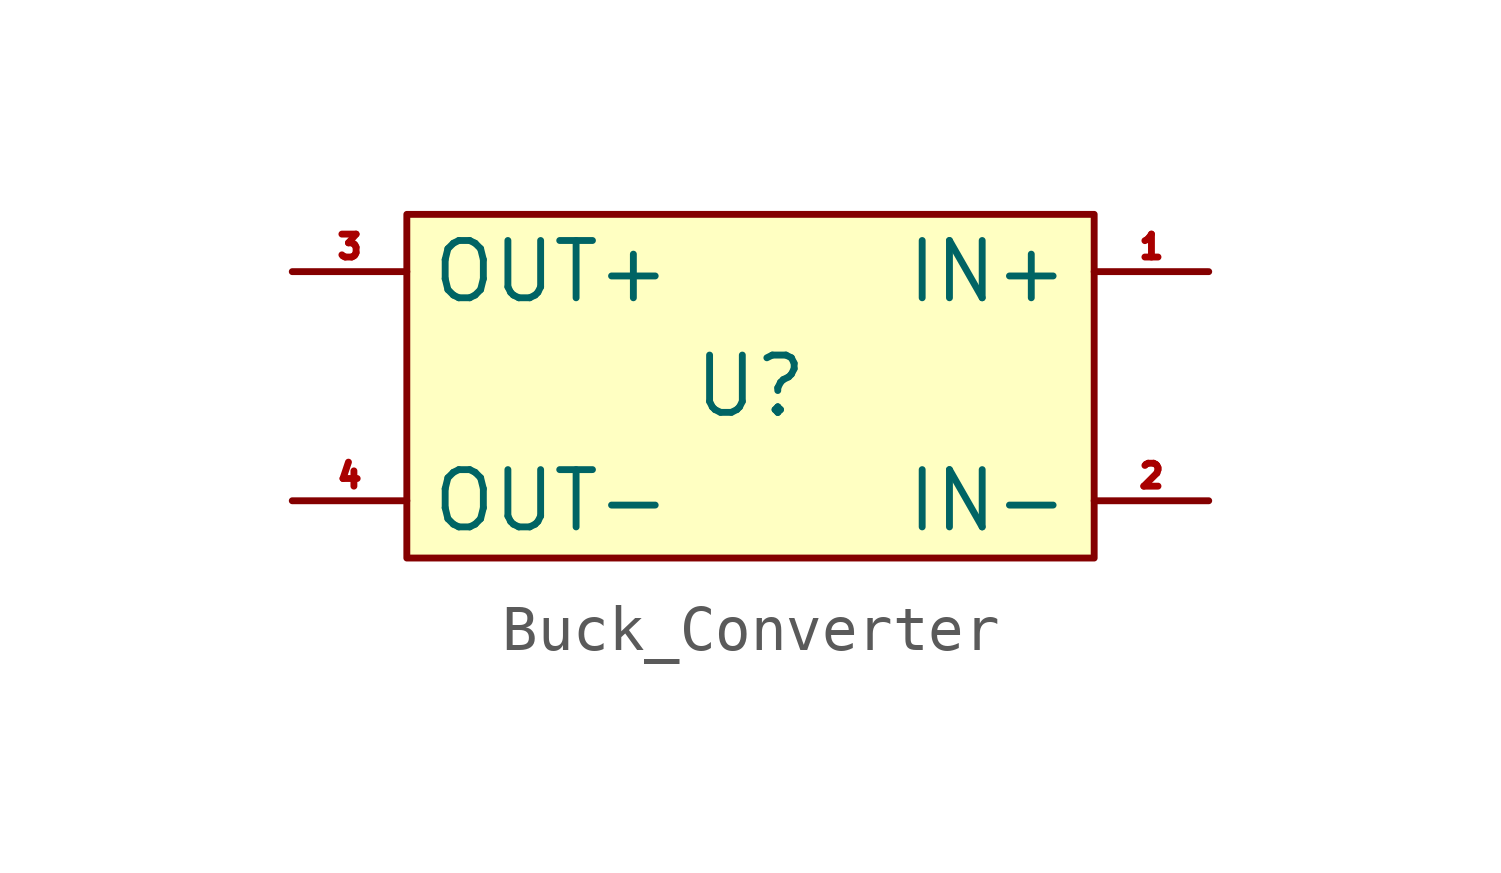
<source format=kicad_sym>
(kicad_symbol_lib
  (version 20241209)
  (generator "kicad_symbol_editor")
  (generator_version "9.0")
  (symbol "Buck_Converter"
    (property "Reference" "U"
      (at 0 0 0)
      (effects (font (size 1.27 1.27))))
    (property "Value" ""
      (at 0 0 0)
      (effects (font (size 1.27 1.27))))
    (symbol "Buck_Converter_1_1"
      (rectangle (start -7.62 3.81) (end 7.62 -3.81) (stroke (width 0) (type solid)) (fill (type color) (color 255 255 194 1)))
      (pin power_out line (at -10.16 2.54 0) (length 2.54) (name "OUT+" (effects (font (size 1.27 1.27)))) (number "3" (effects (font (size 0.508 0.508)))))
      (pin power_out line (at -10.16 -2.54 0) (length 2.54) (name "OUT-" (effects (font (size 1.27 1.27)))) (number "4" (effects (font (size 0.508 0.508)))))
      (pin power_in line (at 10.16 2.54 180) (length 2.54) (name "IN+" (effects (font (size 1.27 1.27)))) (number "1" (effects (font (size 0.508 0.508)))))
      (pin power_in line (at 10.16 -2.54 180) (length 2.54) (name "IN-" (effects (font (size 1.27 1.27)))) (number "2" (effects (font (size 0.508 0.508))))))))
</source>
